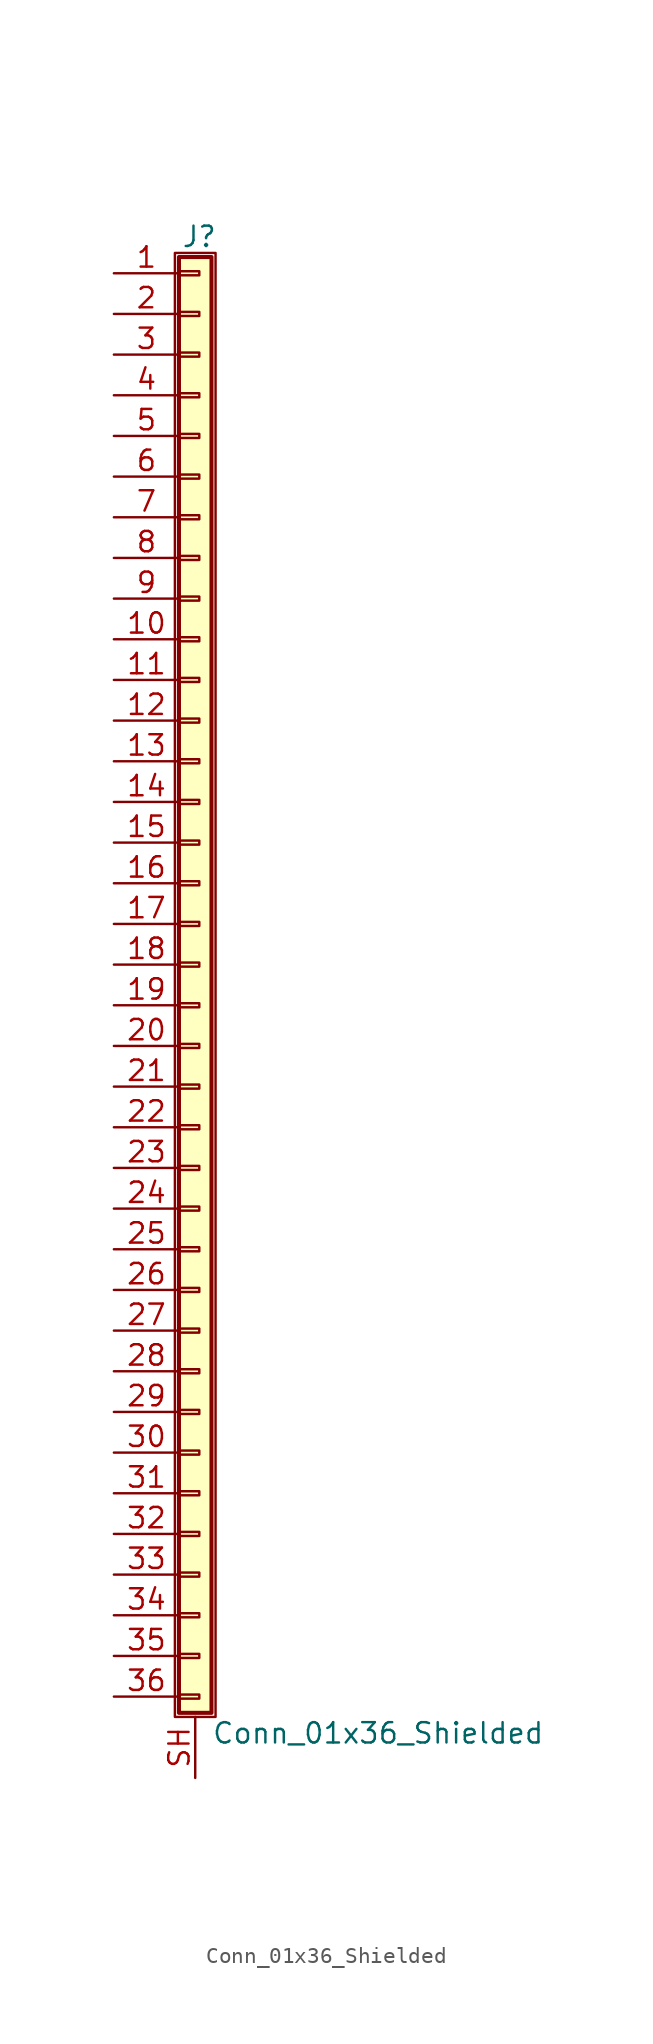
<source format=kicad_sym>
(kicad_symbol_lib
  (version 20201005)
  (generator kicad_symbol_editor)
  (symbol "Connector_Generic_Shielded:Conn_01x36_Shielded"
    (pin_names
      (offset 1.016) hide)
    (property "Reference" "J"
      (at 0.254 45.466 0)
      (effects (font (size 1.27 1.27))))
    (property "Value" "Conn_01x36_Shielded"
      (at 1.016 -48.006 0)
      (effects (font (size 1.27 1.27)) (justify left)))
    (symbol "Conn_01x36_Shielded_1_1"
      (rectangle (start -1.016 -27.813) (end 0.254 -28.067) (stroke (width 0.152)) (fill (type none)))
      (rectangle (start -1.016 -30.353) (end 0.254 -30.607) (stroke (width 0.152)) (fill (type none)))
      (rectangle (start -1.016 -32.893) (end 0.254 -33.147) (stroke (width 0.152)) (fill (type none)))
      (rectangle (start -1.016 -35.433) (end 0.254 -35.687) (stroke (width 0.152)) (fill (type none)))
      (rectangle (start -1.016 -37.973) (end 0.254 -38.227) (stroke (width 0.152)) (fill (type none)))
      (rectangle (start -1.016 -40.513) (end 0.254 -40.767) (stroke (width 0.152)) (fill (type none)))
      (rectangle (start -1.016 -43.053) (end 0.254 -43.307) (stroke (width 0.152)) (fill (type none)))
      (rectangle (start -1.016 -45.593) (end 0.254 -45.847) (stroke (width 0.152)) (fill (type none)))
      (rectangle (start -1.016 -4.953) (end 0.254 -5.207) (stroke (width 0.152)) (fill (type none)))
      (rectangle (start -1.016 -7.493) (end 0.254 -7.747) (stroke (width 0.152)) (fill (type none)))
      (rectangle (start -1.016 -10.033) (end 0.254 -10.287) (stroke (width 0.152)) (fill (type none)))
      (rectangle (start -1.016 -12.573) (end 0.254 -12.827) (stroke (width 0.152)) (fill (type none)))
      (rectangle (start -1.016 -15.113) (end 0.254 -15.367) (stroke (width 0.152)) (fill (type none)))
      (rectangle (start -1.016 -17.653) (end 0.254 -17.907) (stroke (width 0.152)) (fill (type none)))
      (rectangle (start -1.016 -20.193) (end 0.254 -20.447) (stroke (width 0.152)) (fill (type none)))
      (rectangle (start -1.016 -22.733) (end 0.254 -22.987) (stroke (width 0.152)) (fill (type none)))
      (rectangle (start -1.016 -2.413) (end 0.254 -2.667) (stroke (width 0.152)) (fill (type none)))
      (rectangle (start -1.016 -25.273) (end 0.254 -25.527) (stroke (width 0.152)) (fill (type none)))
      (rectangle (start -1.016 25.527) (end 0.254 25.273) (stroke (width 0.152)) (fill (type none)))
      (rectangle (start -1.016 2.667) (end 0.254 2.413) (stroke (width 0.152)) (fill (type none)))
      (rectangle (start -1.016 28.067) (end 0.254 27.813) (stroke (width 0.152)) (fill (type none)))
      (rectangle (start -1.016 30.607) (end 0.254 30.353) (stroke (width 0.152)) (fill (type none)))
      (rectangle (start -1.016 33.147) (end 0.254 32.893) (stroke (width 0.152)) (fill (type none)))
      (rectangle (start -1.016 35.687) (end 0.254 35.433) (stroke (width 0.152)) (fill (type none)))
      (rectangle (start -1.016 38.227) (end 0.254 37.973) (stroke (width 0.152)) (fill (type none)))
      (rectangle (start -1.016 40.767) (end 0.254 40.513) (stroke (width 0.152)) (fill (type none)))
      (rectangle (start -1.016 43.307) (end 0.254 43.053) (stroke (width 0.152)) (fill (type none)))
      (rectangle (start -1.016 44.196) (end 1.016 -46.736) (stroke (width 0.254)) (fill (type background)))
      (rectangle (start -1.016 5.207) (end 0.254 4.953) (stroke (width 0.152)) (fill (type none)))
      (rectangle (start -1.016 7.747) (end 0.254 7.493) (stroke (width 0.152)) (fill (type none)))
      (rectangle (start -1.016 10.287) (end 0.254 10.033) (stroke (width 0.152)) (fill (type none)))
      (rectangle (start -1.016 0.127) (end 0.254 -0.127) (stroke (width 0.152)) (fill (type none)))
      (rectangle (start -1.016 12.827) (end 0.254 12.573) (stroke (width 0.152)) (fill (type none)))
      (rectangle (start -1.016 15.367) (end 0.254 15.113) (stroke (width 0.152)) (fill (type none)))
      (rectangle (start -1.016 17.907) (end 0.254 17.653) (stroke (width 0.152)) (fill (type none)))
      (rectangle (start -1.016 20.447) (end 0.254 20.193) (stroke (width 0.152)) (fill (type none)))
      (rectangle (start -1.016 22.987) (end 0.254 22.733) (stroke (width 0.152)) (fill (type none)))
      (rectangle (start -1.27 44.45) (end 1.27 -46.99) (stroke (width 0.152)) (fill (type none)))
      (pin passive line (at -5.08 43.18 0) (length 4.064) (name "Pin_1" (effects (font (size 1.27 1.27)))) (number "1" (effects (font (size 1.27 1.27)))))
      (pin passive line (at -5.08 20.32 0) (length 4.064) (name "Pin_10" (effects (font (size 1.27 1.27)))) (number "10" (effects (font (size 1.27 1.27)))))
      (pin passive line (at -5.08 17.78 0) (length 4.064) (name "Pin_11" (effects (font (size 1.27 1.27)))) (number "11" (effects (font (size 1.27 1.27)))))
      (pin passive line (at -5.08 15.24 0) (length 4.064) (name "Pin_12" (effects (font (size 1.27 1.27)))) (number "12" (effects (font (size 1.27 1.27)))))
      (pin passive line (at -5.08 12.7 0) (length 4.064) (name "Pin_13" (effects (font (size 1.27 1.27)))) (number "13" (effects (font (size 1.27 1.27)))))
      (pin passive line (at -5.08 10.16 0) (length 4.064) (name "Pin_14" (effects (font (size 1.27 1.27)))) (number "14" (effects (font (size 1.27 1.27)))))
      (pin passive line (at -5.08 7.62 0) (length 4.064) (name "Pin_15" (effects (font (size 1.27 1.27)))) (number "15" (effects (font (size 1.27 1.27)))))
      (pin passive line (at -5.08 5.08 0) (length 4.064) (name "Pin_16" (effects (font (size 1.27 1.27)))) (number "16" (effects (font (size 1.27 1.27)))))
      (pin passive line (at -5.08 2.54 0) (length 4.064) (name "Pin_17" (effects (font (size 1.27 1.27)))) (number "17" (effects (font (size 1.27 1.27)))))
      (pin passive line (at -5.08 0 0) (length 4.064) (name "Pin_18" (effects (font (size 1.27 1.27)))) (number "18" (effects (font (size 1.27 1.27)))))
      (pin passive line (at -5.08 -2.54 0) (length 4.064) (name "Pin_19" (effects (font (size 1.27 1.27)))) (number "19" (effects (font (size 1.27 1.27)))))
      (pin passive line (at -5.08 40.64 0) (length 4.064) (name "Pin_2" (effects (font (size 1.27 1.27)))) (number "2" (effects (font (size 1.27 1.27)))))
      (pin passive line (at -5.08 -5.08 0) (length 4.064) (name "Pin_20" (effects (font (size 1.27 1.27)))) (number "20" (effects (font (size 1.27 1.27)))))
      (pin passive line (at -5.08 -7.62 0) (length 4.064) (name "Pin_21" (effects (font (size 1.27 1.27)))) (number "21" (effects (font (size 1.27 1.27)))))
      (pin passive line (at -5.08 -10.16 0) (length 4.064) (name "Pin_22" (effects (font (size 1.27 1.27)))) (number "22" (effects (font (size 1.27 1.27)))))
      (pin passive line (at -5.08 -12.7 0) (length 4.064) (name "Pin_23" (effects (font (size 1.27 1.27)))) (number "23" (effects (font (size 1.27 1.27)))))
      (pin passive line (at -5.08 -15.24 0) (length 4.064) (name "Pin_24" (effects (font (size 1.27 1.27)))) (number "24" (effects (font (size 1.27 1.27)))))
      (pin passive line (at -5.08 -17.78 0) (length 4.064) (name "Pin_25" (effects (font (size 1.27 1.27)))) (number "25" (effects (font (size 1.27 1.27)))))
      (pin passive line (at -5.08 -20.32 0) (length 4.064) (name "Pin_26" (effects (font (size 1.27 1.27)))) (number "26" (effects (font (size 1.27 1.27)))))
      (pin passive line (at -5.08 -22.86 0) (length 4.064) (name "Pin_27" (effects (font (size 1.27 1.27)))) (number "27" (effects (font (size 1.27 1.27)))))
      (pin passive line (at -5.08 -25.4 0) (length 4.064) (name "Pin_28" (effects (font (size 1.27 1.27)))) (number "28" (effects (font (size 1.27 1.27)))))
      (pin passive line (at -5.08 -27.94 0) (length 4.064) (name "Pin_29" (effects (font (size 1.27 1.27)))) (number "29" (effects (font (size 1.27 1.27)))))
      (pin passive line (at -5.08 38.1 0) (length 4.064) (name "Pin_3" (effects (font (size 1.27 1.27)))) (number "3" (effects (font (size 1.27 1.27)))))
      (pin passive line (at -5.08 -30.48 0) (length 4.064) (name "Pin_30" (effects (font (size 1.27 1.27)))) (number "30" (effects (font (size 1.27 1.27)))))
      (pin passive line (at -5.08 -33.02 0) (length 4.064) (name "Pin_31" (effects (font (size 1.27 1.27)))) (number "31" (effects (font (size 1.27 1.27)))))
      (pin passive line (at -5.08 -35.56 0) (length 4.064) (name "Pin_32" (effects (font (size 1.27 1.27)))) (number "32" (effects (font (size 1.27 1.27)))))
      (pin passive line (at -5.08 -38.1 0) (length 4.064) (name "Pin_33" (effects (font (size 1.27 1.27)))) (number "33" (effects (font (size 1.27 1.27)))))
      (pin passive line (at -5.08 -40.64 0) (length 4.064) (name "Pin_34" (effects (font (size 1.27 1.27)))) (number "34" (effects (font (size 1.27 1.27)))))
      (pin passive line (at -5.08 -43.18 0) (length 4.064) (name "Pin_35" (effects (font (size 1.27 1.27)))) (number "35" (effects (font (size 1.27 1.27)))))
      (pin passive line (at -5.08 -45.72 0) (length 4.064) (name "Pin_36" (effects (font (size 1.27 1.27)))) (number "36" (effects (font (size 1.27 1.27)))))
      (pin passive line (at -5.08 35.56 0) (length 4.064) (name "Pin_4" (effects (font (size 1.27 1.27)))) (number "4" (effects (font (size 1.27 1.27)))))
      (pin passive line (at -5.08 33.02 0) (length 4.064) (name "Pin_5" (effects (font (size 1.27 1.27)))) (number "5" (effects (font (size 1.27 1.27)))))
      (pin passive line (at -5.08 30.48 0) (length 4.064) (name "Pin_6" (effects (font (size 1.27 1.27)))) (number "6" (effects (font (size 1.27 1.27)))))
      (pin passive line (at -5.08 27.94 0) (length 4.064) (name "Pin_7" (effects (font (size 1.27 1.27)))) (number "7" (effects (font (size 1.27 1.27)))))
      (pin passive line (at -5.08 25.4 0) (length 4.064) (name "Pin_8" (effects (font (size 1.27 1.27)))) (number "8" (effects (font (size 1.27 1.27)))))
      (pin passive line (at -5.08 22.86 0) (length 4.064) (name "Pin_9" (effects (font (size 1.27 1.27)))) (number "9" (effects (font (size 1.27 1.27)))))
      (pin passive line (at 0 -50.8 90) (length 3.81) (name "Shield" (effects (font (size 1.27 1.27)))) (number "SH" (effects (font (size 1.27 1.27))))))))
</source>
